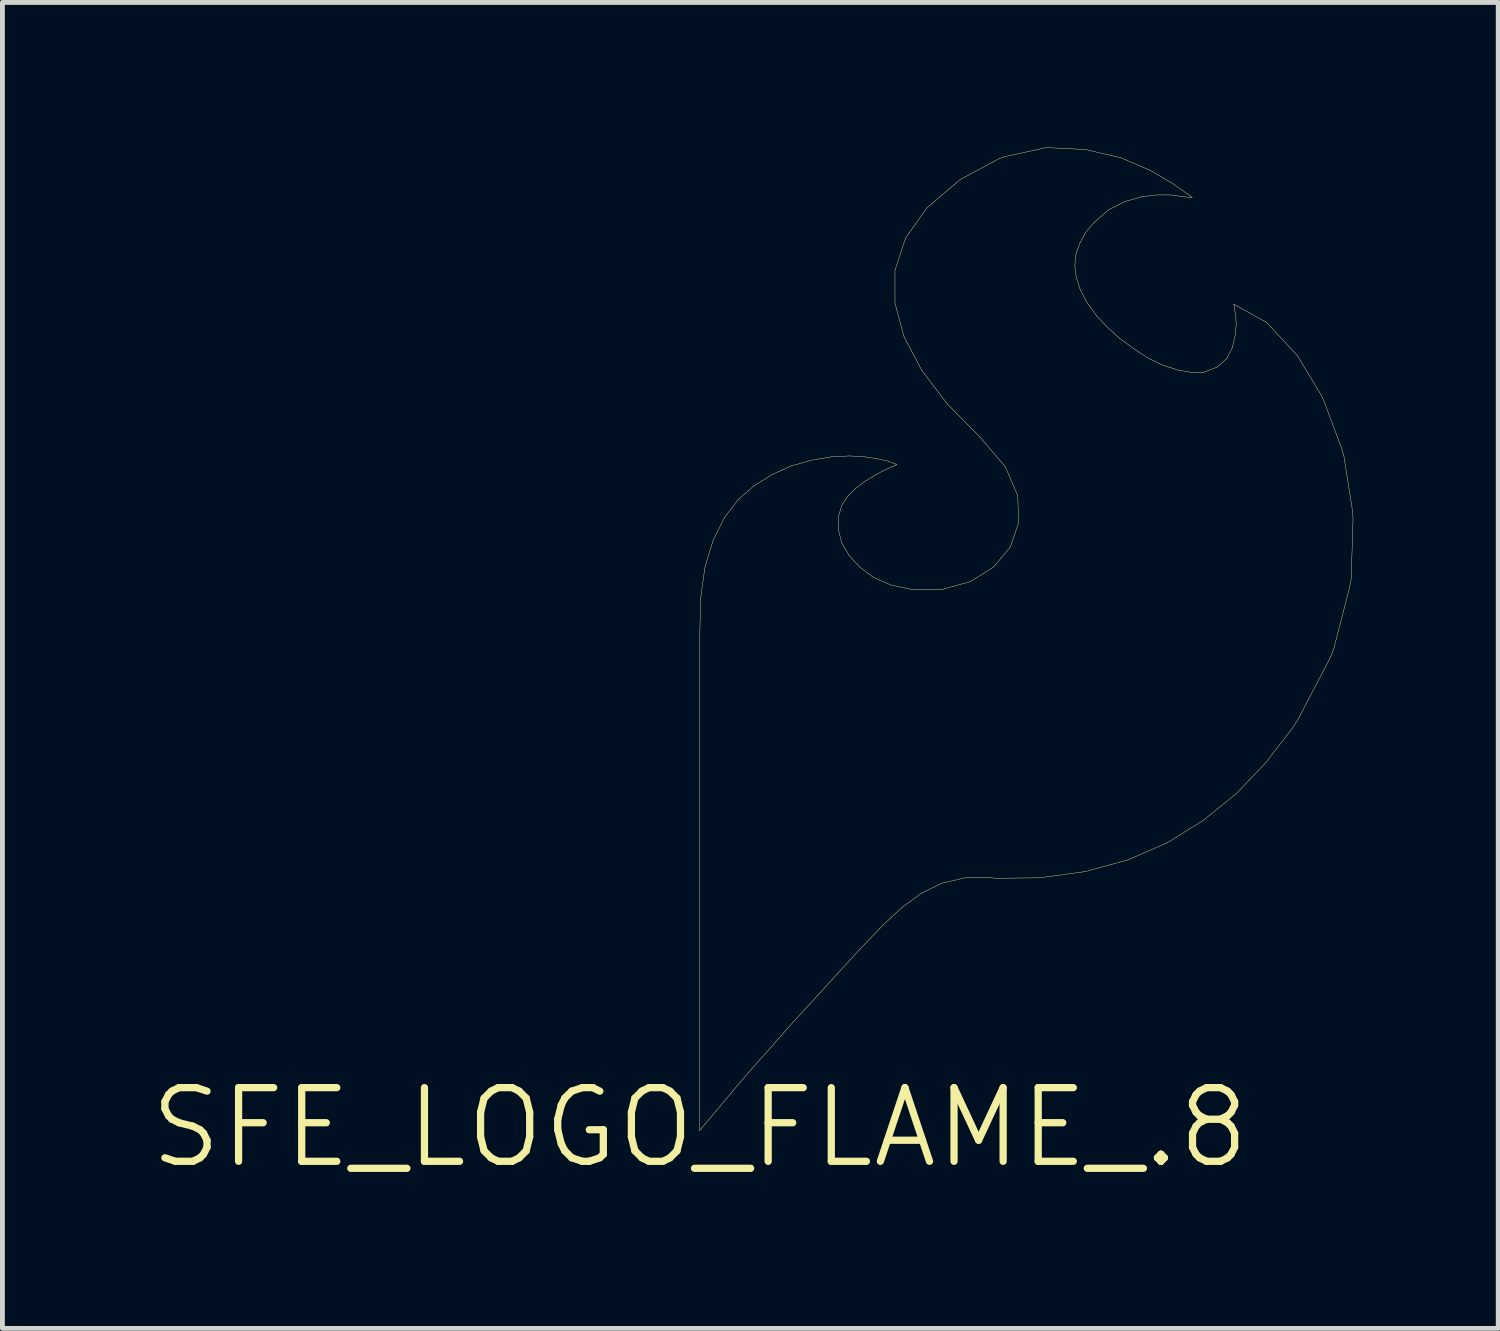
<source format=kicad_pcb>
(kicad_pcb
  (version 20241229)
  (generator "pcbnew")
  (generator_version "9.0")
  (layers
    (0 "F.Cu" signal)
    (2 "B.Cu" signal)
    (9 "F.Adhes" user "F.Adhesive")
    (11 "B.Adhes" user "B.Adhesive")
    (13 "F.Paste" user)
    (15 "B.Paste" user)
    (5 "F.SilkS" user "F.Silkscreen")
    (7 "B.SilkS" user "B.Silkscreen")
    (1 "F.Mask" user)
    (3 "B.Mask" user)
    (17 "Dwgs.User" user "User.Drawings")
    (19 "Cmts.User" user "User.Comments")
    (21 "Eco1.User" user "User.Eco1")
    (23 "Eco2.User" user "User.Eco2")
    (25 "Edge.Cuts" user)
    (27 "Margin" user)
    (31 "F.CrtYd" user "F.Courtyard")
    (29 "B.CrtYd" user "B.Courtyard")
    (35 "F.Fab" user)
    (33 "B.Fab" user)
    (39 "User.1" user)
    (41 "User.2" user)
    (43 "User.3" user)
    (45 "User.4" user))
  (footprint "SFE_LOGO_FLAME_.8"
    (layer "F.Cu")
    (at 11.43 20.283)
    (property "Reference" "SFE_LOGO_FLAME_.8" (at 0 0 0) (layer "F.SilkS") (effects (font (size 1.524 1.524) (thickness 0.15))))
    (attr exclude_from_pos_files exclude_from_bom)
    (fp_line (start 0 -10.188) (end 0 0.058) (stroke (width 0.008) (type solid)) (layer "F.SilkS"))
    (fp_line (start 0 0.058) (end 0.048 0) (stroke (width 0.008) (type solid)) (layer "F.SilkS"))
    (fp_line (start 0.018 -10.958) (end 0 -10.188) (stroke (width 0.008) (type solid)) (layer "F.SilkS"))
    (fp_line (start 0.048 0) (end 0.188 -0.168) (stroke (width 0.008) (type solid)) (layer "F.SilkS"))
    (fp_line (start 0.109 -11.608) (end 0.018 -10.958) (stroke (width 0.008) (type solid)) (layer "F.SilkS"))
    (fp_line (start 0.188 -0.168) (end 0.419 -0.439) (stroke (width 0.008) (type solid)) (layer "F.SilkS"))
    (fp_line (start 0.279 -12.159) (end 0.109 -11.608) (stroke (width 0.008) (type solid)) (layer "F.SilkS"))
    (fp_line (start 0.419 -0.439) (end 0.709 -0.79) (stroke (width 0.008) (type solid)) (layer "F.SilkS"))
    (fp_line (start 0.508 -12.619) (end 0.279 -12.159) (stroke (width 0.008) (type solid)) (layer "F.SilkS"))
    (fp_line (start 0.709 -0.79) (end 1.069 -1.209) (stroke (width 0.008) (type solid)) (layer "F.SilkS"))
    (fp_line (start 0.79 -12.99) (end 0.508 -12.619) (stroke (width 0.008) (type solid)) (layer "F.SilkS"))
    (fp_line (start 1.069 -1.209) (end 1.478 -1.669) (stroke (width 0.008) (type solid)) (layer "F.SilkS"))
    (fp_line (start 1.118 -13.279) (end 0.79 -12.99) (stroke (width 0.008) (type solid)) (layer "F.SilkS"))
    (fp_line (start 1.478 -1.669) (end 1.918 -2.169) (stroke (width 0.008) (type solid)) (layer "F.SilkS"))
    (fp_line (start 1.488 -13.508) (end 1.118 -13.279) (stroke (width 0.008) (type solid)) (layer "F.SilkS"))
    (fp_line (start 1.88 -13.688) (end 1.488 -13.508) (stroke (width 0.008) (type solid)) (layer "F.SilkS"))
    (fp_line (start 1.918 -2.169) (end 2.398 -2.69) (stroke (width 0.008) (type solid)) (layer "F.SilkS"))
    (fp_line (start 2.309 -13.81) (end 1.88 -13.688) (stroke (width 0.008) (type solid)) (layer "F.SilkS"))
    (fp_line (start 2.398 -2.69) (end 2.908 -3.249) (stroke (width 0.008) (type solid)) (layer "F.SilkS"))
    (fp_line (start 2.718 -13.879) (end 2.309 -13.81) (stroke (width 0.008) (type solid)) (layer "F.SilkS"))
    (fp_line (start 2.868 -12.639) (end 2.939 -12.878) (stroke (width 0.008) (type solid)) (layer "F.SilkS"))
    (fp_line (start 2.868 -12.37) (end 2.868 -12.639) (stroke (width 0.008) (type solid)) (layer "F.SilkS"))
    (fp_line (start 2.908 -3.249) (end 3.368 -3.749) (stroke (width 0.008) (type solid)) (layer "F.SilkS"))
    (fp_line (start 2.939 -12.878) (end 3.058 -13.058) (stroke (width 0.008) (type solid)) (layer "F.SilkS"))
    (fp_line (start 2.939 -12.098) (end 2.868 -12.37) (stroke (width 0.008) (type solid)) (layer "F.SilkS"))
    (fp_line (start 3.058 -13.058) (end 3.228 -13.228) (stroke (width 0.008) (type solid)) (layer "F.SilkS"))
    (fp_line (start 3.089 -11.839) (end 2.939 -12.098) (stroke (width 0.008) (type solid)) (layer "F.SilkS"))
    (fp_line (start 3.099 -13.899) (end 2.718 -13.879) (stroke (width 0.008) (type solid)) (layer "F.SilkS"))
    (fp_line (start 3.228 -13.228) (end 3.409 -13.368) (stroke (width 0.008) (type solid)) (layer "F.SilkS"))
    (fp_line (start 3.31 -11.598) (end 3.089 -11.839) (stroke (width 0.008) (type solid)) (layer "F.SilkS"))
    (fp_line (start 3.368 -3.749) (end 3.79 -4.188) (stroke (width 0.008) (type solid)) (layer "F.SilkS"))
    (fp_line (start 3.409 -13.368) (end 3.609 -13.49) (stroke (width 0.008) (type solid)) (layer "F.SilkS"))
    (fp_line (start 3.419 -13.879) (end 3.099 -13.899) (stroke (width 0.008) (type solid)) (layer "F.SilkS"))
    (fp_line (start 3.589 -11.389) (end 3.31 -11.598) (stroke (width 0.008) (type solid)) (layer "F.SilkS"))
    (fp_line (start 3.609 -13.49) (end 3.79 -13.589) (stroke (width 0.008) (type solid)) (layer "F.SilkS"))
    (fp_line (start 3.688 -13.838) (end 3.419 -13.879) (stroke (width 0.008) (type solid)) (layer "F.SilkS"))
    (fp_line (start 3.79 -13.589) (end 3.929 -13.658) (stroke (width 0.008) (type solid)) (layer "F.SilkS"))
    (fp_line (start 3.79 -4.188) (end 4.188 -4.559) (stroke (width 0.008) (type solid)) (layer "F.SilkS"))
    (fp_line (start 3.899 -13.79) (end 3.688 -13.838) (stroke (width 0.008) (type solid)) (layer "F.SilkS"))
    (fp_line (start 3.929 -13.658) (end 4.039 -13.698) (stroke (width 0.008) (type solid)) (layer "F.SilkS"))
    (fp_line (start 3.95 -11.229) (end 3.589 -11.389) (stroke (width 0.008) (type solid)) (layer "F.SilkS"))
    (fp_line (start 4.028 -13.739) (end 3.899 -13.79) (stroke (width 0.008) (type solid)) (layer "F.SilkS"))
    (fp_line (start 4.039 -17.739) (end 4.039 -17.059) (stroke (width 0.008) (type solid)) (layer "F.SilkS"))
    (fp_line (start 4.039 -17.059) (end 4.229 -16.358) (stroke (width 0.008) (type solid)) (layer "F.SilkS"))
    (fp_line (start 4.039 -13.698) (end 4.079 -13.719) (stroke (width 0.008) (type solid)) (layer "F.SilkS"))
    (fp_line (start 4.079 -13.719) (end 4.028 -13.739) (stroke (width 0.008) (type solid)) (layer "F.SilkS"))
    (fp_line (start 4.188 -4.559) (end 4.6 -4.859) (stroke (width 0.008) (type solid)) (layer "F.SilkS"))
    (fp_line (start 4.229 -16.358) (end 4.6 -15.659) (stroke (width 0.008) (type solid)) (layer "F.SilkS"))
    (fp_line (start 4.26 -18.41) (end 4.039 -17.739) (stroke (width 0.008) (type solid)) (layer "F.SilkS"))
    (fp_line (start 4.369 -11.138) (end 3.95 -11.229) (stroke (width 0.008) (type solid)) (layer "F.SilkS"))
    (fp_line (start 4.6 -15.659) (end 5.128 -14.968) (stroke (width 0.008) (type solid)) (layer "F.SilkS"))
    (fp_line (start 4.6 -4.859) (end 5.019 -5.06) (stroke (width 0.008) (type solid)) (layer "F.SilkS"))
    (fp_line (start 4.699 -19.03) (end 4.26 -18.41) (stroke (width 0.008) (type solid)) (layer "F.SilkS"))
    (fp_line (start 5.019 -11.138) (end 4.369 -11.138) (stroke (width 0.008) (type solid)) (layer "F.SilkS"))
    (fp_line (start 5.019 -5.06) (end 5.489 -5.169) (stroke (width 0.008) (type solid)) (layer "F.SilkS"))
    (fp_line (start 5.128 -14.968) (end 5.799 -14.287) (stroke (width 0.008) (type solid)) (layer "F.SilkS"))
    (fp_line (start 5.39 -19.619) (end 4.699 -19.03) (stroke (width 0.008) (type solid)) (layer "F.SilkS"))
    (fp_line (start 5.489 -5.169) (end 6.01 -5.169) (stroke (width 0.008) (type solid)) (layer "F.SilkS"))
    (fp_line (start 5.598 -11.298) (end 5.019 -11.138) (stroke (width 0.008) (type solid)) (layer "F.SilkS"))
    (fp_line (start 5.799 -14.287) (end 6.32 -13.678) (stroke (width 0.008) (type solid)) (layer "F.SilkS"))
    (fp_line (start 6.01 -5.169) (end 6.139 -5.159) (stroke (width 0.008) (type solid)) (layer "F.SilkS"))
    (fp_line (start 6.078 -11.598) (end 5.598 -11.298) (stroke (width 0.008) (type solid)) (layer "F.SilkS"))
    (fp_line (start 6.139 -5.159) (end 7.028 -5.169) (stroke (width 0.008) (type solid)) (layer "F.SilkS"))
    (fp_line (start 6.19 -20.048) (end 5.39 -19.619) (stroke (width 0.008) (type solid)) (layer "F.SilkS"))
    (fp_line (start 6.299 -20.089) (end 6.19 -20.048) (stroke (width 0.008) (type solid)) (layer "F.SilkS"))
    (fp_line (start 6.32 -13.678) (end 6.579 -13.078) (stroke (width 0.008) (type solid)) (layer "F.SilkS"))
    (fp_line (start 6.429 -12.019) (end 6.078 -11.598) (stroke (width 0.008) (type solid)) (layer "F.SilkS"))
    (fp_line (start 6.579 -13.078) (end 6.599 -12.52) (stroke (width 0.008) (type solid)) (layer "F.SilkS"))
    (fp_line (start 6.599 -12.52) (end 6.429 -12.019) (stroke (width 0.008) (type solid)) (layer "F.SilkS"))
    (fp_line (start 7.028 -5.169) (end 7.978 -5.298) (stroke (width 0.008) (type solid)) (layer "F.SilkS"))
    (fp_line (start 7.168 -20.279) (end 6.299 -20.089) (stroke (width 0.008) (type solid)) (layer "F.SilkS"))
    (fp_line (start 7.76 -17.849) (end 7.788 -18.09) (stroke (width 0.008) (type solid)) (layer "F.SilkS"))
    (fp_line (start 7.788 -18.09) (end 7.869 -18.308) (stroke (width 0.008) (type solid)) (layer "F.SilkS"))
    (fp_line (start 7.788 -17.61) (end 7.76 -17.849) (stroke (width 0.008) (type solid)) (layer "F.SilkS"))
    (fp_line (start 7.869 -18.308) (end 7.988 -18.529) (stroke (width 0.008) (type solid)) (layer "F.SilkS"))
    (fp_line (start 7.869 -17.348) (end 7.788 -17.61) (stroke (width 0.008) (type solid)) (layer "F.SilkS"))
    (fp_line (start 7.978 -20.239) (end 7.168 -20.279) (stroke (width 0.008) (type solid)) (layer "F.SilkS"))
    (fp_line (start 7.978 -5.298) (end 8.86 -5.54) (stroke (width 0.008) (type solid)) (layer "F.SilkS"))
    (fp_line (start 7.988 -18.529) (end 8.158 -18.73) (stroke (width 0.008) (type solid)) (layer "F.SilkS"))
    (fp_line (start 8.009 -17.079) (end 7.869 -17.348) (stroke (width 0.008) (type solid)) (layer "F.SilkS"))
    (fp_line (start 8.158 -18.73) (end 8.458 -18.989) (stroke (width 0.008) (type solid)) (layer "F.SilkS"))
    (fp_line (start 8.219 -16.789) (end 8.009 -17.079) (stroke (width 0.008) (type solid)) (layer "F.SilkS"))
    (fp_line (start 8.438 -16.558) (end 8.219 -16.789) (stroke (width 0.008) (type solid)) (layer "F.SilkS"))
    (fp_line (start 8.458 -18.989) (end 8.788 -19.159) (stroke (width 0.008) (type solid)) (layer "F.SilkS"))
    (fp_line (start 8.689 -16.33) (end 8.438 -16.558) (stroke (width 0.008) (type solid)) (layer "F.SilkS"))
    (fp_line (start 8.71 -20.069) (end 7.978 -20.239) (stroke (width 0.008) (type solid)) (layer "F.SilkS"))
    (fp_line (start 8.788 -19.159) (end 9.129 -19.258) (stroke (width 0.008) (type solid)) (layer "F.SilkS"))
    (fp_line (start 8.86 -5.54) (end 9.68 -5.898) (stroke (width 0.008) (type solid)) (layer "F.SilkS"))
    (fp_line (start 8.979 -16.119) (end 8.689 -16.33) (stroke (width 0.008) (type solid)) (layer "F.SilkS"))
    (fp_line (start 9.129 -19.258) (end 9.449 -19.299) (stroke (width 0.008) (type solid)) (layer "F.SilkS"))
    (fp_line (start 9.268 -15.928) (end 8.979 -16.119) (stroke (width 0.008) (type solid)) (layer "F.SilkS"))
    (fp_line (start 9.319 -19.809) (end 8.71 -20.069) (stroke (width 0.008) (type solid)) (layer "F.SilkS"))
    (fp_line (start 9.449 -19.299) (end 9.738 -19.299) (stroke (width 0.008) (type solid)) (layer "F.SilkS"))
    (fp_line (start 9.578 -15.778) (end 9.268 -15.928) (stroke (width 0.008) (type solid)) (layer "F.SilkS"))
    (fp_line (start 9.68 -5.898) (end 10.419 -6.358) (stroke (width 0.008) (type solid)) (layer "F.SilkS"))
    (fp_line (start 9.738 -19.299) (end 9.98 -19.268) (stroke (width 0.008) (type solid)) (layer "F.SilkS"))
    (fp_line (start 9.779 -19.538) (end 9.319 -19.809) (stroke (width 0.008) (type solid)) (layer "F.SilkS"))
    (fp_line (start 9.878 -15.679) (end 9.578 -15.778) (stroke (width 0.008) (type solid)) (layer "F.SilkS"))
    (fp_line (start 9.98 -19.268) (end 10.13 -19.248) (stroke (width 0.008) (type solid)) (layer "F.SilkS"))
    (fp_line (start 10.079 -19.329) (end 9.779 -19.538) (stroke (width 0.008) (type solid)) (layer "F.SilkS"))
    (fp_line (start 10.13 -19.248) (end 10.188 -19.248) (stroke (width 0.008) (type solid)) (layer "F.SilkS"))
    (fp_line (start 10.16 -15.629) (end 9.878 -15.679) (stroke (width 0.008) (type solid)) (layer "F.SilkS"))
    (fp_line (start 10.188 -19.248) (end 10.079 -19.329) (stroke (width 0.008) (type solid)) (layer "F.SilkS"))
    (fp_line (start 10.419 -15.629) (end 10.16 -15.629) (stroke (width 0.008) (type solid)) (layer "F.SilkS"))
    (fp_line (start 10.419 -6.358) (end 11.1 -6.909) (stroke (width 0.008) (type solid)) (layer "F.SilkS"))
    (fp_line (start 10.709 -15.738) (end 10.419 -15.629) (stroke (width 0.008) (type solid)) (layer "F.SilkS"))
    (fp_line (start 10.909 -15.918) (end 10.709 -15.738) (stroke (width 0.008) (type solid)) (layer "F.SilkS"))
    (fp_line (start 11.019 -16.139) (end 10.909 -15.918) (stroke (width 0.008) (type solid)) (layer "F.SilkS"))
    (fp_line (start 11.049 -17.038) (end 11.059 -17.018) (stroke (width 0.008) (type solid)) (layer "F.SilkS"))
    (fp_line (start 11.059 -17.018) (end 11.059 -16.96) (stroke (width 0.008) (type solid)) (layer "F.SilkS"))
    (fp_line (start 11.059 -16.96) (end 11.09 -16.82) (stroke (width 0.008) (type solid)) (layer "F.SilkS"))
    (fp_line (start 11.079 -16.388) (end 11.019 -16.139) (stroke (width 0.008) (type solid)) (layer "F.SilkS"))
    (fp_line (start 11.09 -16.82) (end 11.1 -16.619) (stroke (width 0.008) (type solid)) (layer "F.SilkS"))
    (fp_line (start 11.1 -16.619) (end 11.079 -16.388) (stroke (width 0.008) (type solid)) (layer "F.SilkS"))
    (fp_line (start 11.1 -6.909) (end 11.709 -7.549) (stroke (width 0.008) (type solid)) (layer "F.SilkS"))
    (fp_line (start 11.709 -7.549) (end 12.258 -8.258) (stroke (width 0.008) (type solid)) (layer "F.SilkS"))
    (fp_line (start 11.73 -16.66) (end 11.049 -17.038) (stroke (width 0.008) (type solid)) (layer "F.SilkS"))
    (fp_line (start 12.258 -8.258) (end 12.38 -8.448) (stroke (width 0.008) (type solid)) (layer "F.SilkS"))
    (fp_line (start 12.37 -15.969) (end 11.73 -16.66) (stroke (width 0.008) (type solid)) (layer "F.SilkS"))
    (fp_line (start 12.38 -8.448) (end 13.048 -9.728) (stroke (width 0.008) (type solid)) (layer "F.SilkS"))
    (fp_line (start 12.857 -15.159) (end 12.37 -15.969) (stroke (width 0.008) (type solid)) (layer "F.SilkS"))
    (fp_line (start 12.918 -15.029) (end 12.857 -15.159) (stroke (width 0.008) (type solid)) (layer "F.SilkS"))
    (fp_line (start 13.048 -9.728) (end 13.119 -9.909) (stroke (width 0.008) (type solid)) (layer "F.SilkS"))
    (fp_line (start 13.119 -9.909) (end 13.449 -11.189) (stroke (width 0.008) (type solid)) (layer "F.SilkS"))
    (fp_line (start 13.289 -14.039) (end 12.918 -15.029) (stroke (width 0.008) (type solid)) (layer "F.SilkS"))
    (fp_line (start 13.33 -13.889) (end 13.289 -14.039) (stroke (width 0.008) (type solid)) (layer "F.SilkS"))
    (fp_line (start 13.449 -11.189) (end 13.48 -11.369) (stroke (width 0.008) (type solid)) (layer "F.SilkS"))
    (fp_line (start 13.48 -11.369) (end 13.518 -12.588) (stroke (width 0.008) (type solid)) (layer "F.SilkS"))
    (fp_line (start 13.508 -12.758) (end 13.33 -13.889) (stroke (width 0.008) (type solid)) (layer "F.SilkS"))
    (fp_line (start 13.518 -12.588) (end 13.508 -12.758) (stroke (width 0.008) (type solid)) (layer "F.SilkS")))
  (gr_rect
    (start -3 -3)
    (end 27.952 24.438)
    (stroke (width 0.1) (type default))
    (fill no)
    (layer "Edge.Cuts")))
</source>
